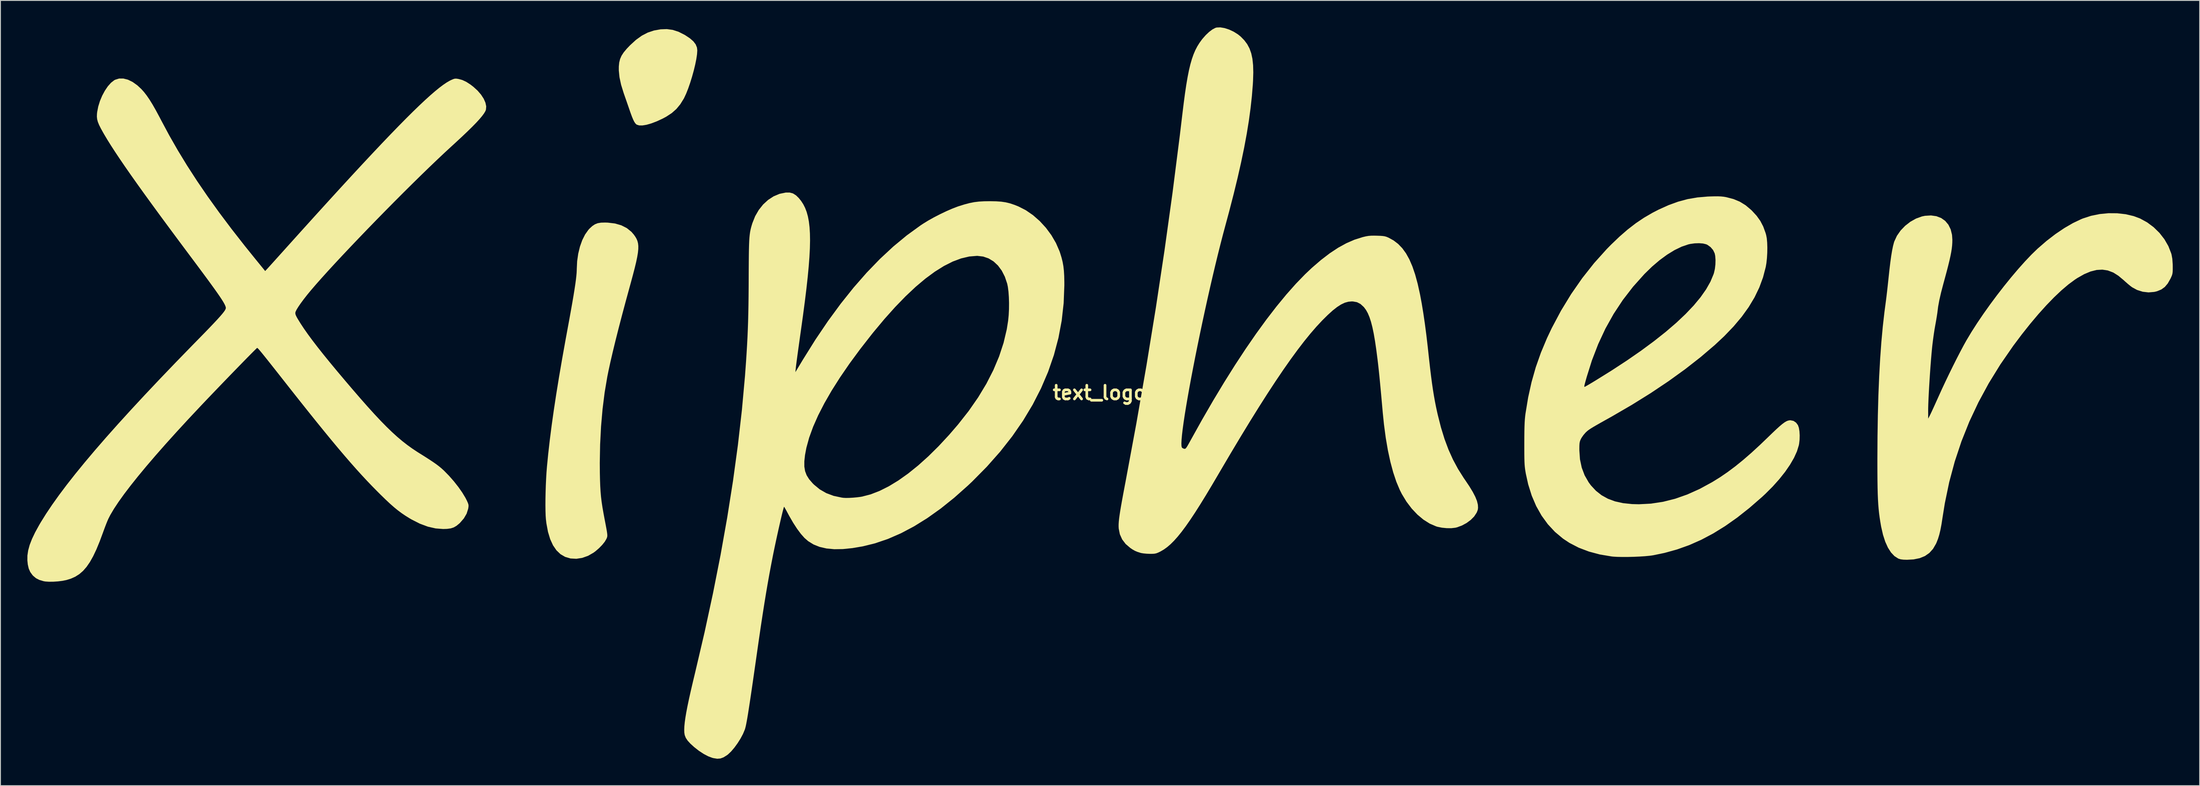
<source format=kicad_pcb>
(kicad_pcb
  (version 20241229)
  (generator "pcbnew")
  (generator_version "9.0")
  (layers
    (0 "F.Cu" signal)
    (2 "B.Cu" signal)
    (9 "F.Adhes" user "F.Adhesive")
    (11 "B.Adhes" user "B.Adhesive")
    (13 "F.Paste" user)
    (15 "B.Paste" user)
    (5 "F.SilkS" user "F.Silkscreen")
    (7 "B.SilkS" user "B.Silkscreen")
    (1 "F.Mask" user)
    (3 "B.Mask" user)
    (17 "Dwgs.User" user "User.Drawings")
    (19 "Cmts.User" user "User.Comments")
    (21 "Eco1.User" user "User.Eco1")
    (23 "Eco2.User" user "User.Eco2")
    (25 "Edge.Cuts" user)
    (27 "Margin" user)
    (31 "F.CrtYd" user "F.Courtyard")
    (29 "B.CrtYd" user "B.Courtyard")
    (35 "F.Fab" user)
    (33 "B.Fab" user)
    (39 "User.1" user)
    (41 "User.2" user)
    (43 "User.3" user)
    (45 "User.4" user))
  (footprint "text_logo"
    (layer "F.Cu")
    (at 119.461 40.717)
    (property "Reference" "text_logo" (at 0 0 0) (layer "F.SilkS") (effects (font (size 1.524 1.524) (thickness 0.3))))
    (attr board_only exclude_from_pos_files exclude_from_bom)
    (fp_poly (pts (xy -47.555 -40.436) (xy -46.905 -40.226) (xy -46.233 -39.887) (xy -46.155 -39.841) (xy -45.636 -39.496) (xy -45.252 -39.16) (xy -44.993 -38.821) (xy -44.851 -38.468) (xy -44.815 -38.15) (xy -44.844 -37.716) (xy -44.924 -37.178) (xy -45.049 -36.564) (xy -45.209 -35.902) (xy -45.398 -35.22) (xy -45.606 -34.547) (xy -45.827 -33.911) (xy -46.052 -33.341) (xy -46.273 -32.865) (xy -46.322 -32.772) (xy -46.712 -32.145) (xy -47.148 -31.619) (xy -47.659 -31.168) (xy -48.272 -30.766) (xy -48.683 -30.546) (xy -49.329 -30.247) (xy -49.926 -30.019) (xy -50.461 -29.865) (xy -50.922 -29.788) (xy -51.293 -29.791) (xy -51.562 -29.877) (xy -51.588 -29.894) (xy -51.706 -30.003) (xy -51.825 -30.174) (xy -51.952 -30.423) (xy -52.096 -30.769) (xy -52.265 -31.228) (xy -52.365 -31.516) (xy -52.523 -31.974) (xy -52.705 -32.499) (xy -52.887 -33.019) (xy -53.017 -33.392) (xy -53.303 -34.314) (xy -53.484 -35.152) (xy -53.561 -35.921) (xy -53.559 -36.358) (xy -53.516 -36.796) (xy -53.42 -37.186) (xy -53.259 -37.554) (xy -53.018 -37.926) (xy -52.682 -38.33) (xy -52.301 -38.728) (xy -51.647 -39.326) (xy -51 -39.791) (xy -50.339 -40.135) (xy -49.644 -40.368) (xy -48.9 -40.5) (xy -48.21 -40.525)) (stroke (width 0) (type solid)) (fill yes) (layer "F.SilkS"))
    (fp_poly (pts (xy -54.785 -18.958) (xy -53.99 -18.864) (xy -53.284 -18.66) (xy -52.671 -18.35) (xy -52.156 -17.935) (xy -51.887 -17.625) (xy -51.721 -17.39) (xy -51.586 -17.157) (xy -51.485 -16.915) (xy -51.418 -16.651) (xy -51.386 -16.353) (xy -51.39 -16.008) (xy -51.431 -15.604) (xy -51.51 -15.127) (xy -51.627 -14.567) (xy -51.785 -13.909) (xy -51.984 -13.142) (xy -52.224 -12.253) (xy -52.332 -11.861) (xy -52.79 -10.186) (xy -53.211 -8.61) (xy -53.594 -7.138) (xy -53.938 -5.776) (xy -54.24 -4.53) (xy -54.501 -3.406) (xy -54.717 -2.411) (xy -54.842 -1.788) (xy -55.137 -0.043) (xy -55.37 1.813) (xy -55.539 3.755) (xy -55.643 5.762) (xy -55.68 7.809) (xy -55.672 8.895) (xy -55.655 9.696) (xy -55.63 10.387) (xy -55.594 11.004) (xy -55.543 11.582) (xy -55.474 12.156) (xy -55.382 12.763) (xy -55.264 13.439) (xy -55.143 14.087) (xy -55.035 14.648) (xy -54.953 15.086) (xy -54.894 15.418) (xy -54.858 15.665) (xy -54.841 15.845) (xy -54.843 15.978) (xy -54.862 16.084) (xy -54.895 16.18) (xy -54.942 16.287) (xy -54.943 16.29) (xy -55.126 16.601) (xy -55.408 16.952) (xy -55.759 17.313) (xy -56.149 17.651) (xy -56.368 17.814) (xy -56.982 18.168) (xy -57.629 18.398) (xy -58.287 18.5) (xy -58.931 18.466) (xy -58.958 18.461) (xy -59.543 18.288) (xy -60.06 17.987) (xy -60.51 17.556) (xy -60.892 16.999) (xy -61.206 16.314) (xy -61.451 15.503) (xy -61.626 14.567) (xy -61.684 14.089) (xy -61.713 13.675) (xy -61.73 13.141) (xy -61.737 12.514) (xy -61.733 11.82) (xy -61.718 11.085) (xy -61.694 10.335) (xy -61.66 9.596) (xy -61.619 8.894) (xy -61.568 8.256) (xy -61.568 8.248) (xy -61.424 6.789) (xy -61.249 5.258) (xy -61.043 3.647) (xy -60.803 1.945) (xy -60.529 0.144) (xy -60.219 -1.765) (xy -59.871 -3.793) (xy -59.485 -5.947) (xy -59.31 -6.897) (xy -59.095 -8.061) (xy -58.909 -9.091) (xy -58.748 -9.997) (xy -58.613 -10.788) (xy -58.502 -11.474) (xy -58.412 -12.064) (xy -58.343 -12.567) (xy -58.294 -12.993) (xy -58.262 -13.352) (xy -58.247 -13.652) (xy -58.245 -13.79) (xy -58.203 -14.658) (xy -58.082 -15.498) (xy -57.89 -16.289) (xy -57.633 -17.009) (xy -57.316 -17.639) (xy -56.948 -18.158) (xy -56.806 -18.311) (xy -56.507 -18.583) (xy -56.218 -18.774) (xy -55.908 -18.895) (xy -55.541 -18.956) (xy -55.085 -18.968)) (stroke (width 0) (type solid)) (fill yes) (layer "F.SilkS"))
    (fp_poly (pts (xy 113.398 -20.002) (xy 114.342 -19.895) (xy 115.229 -19.687) (xy 115.945 -19.419) (xy 116.736 -18.987) (xy 117.463 -18.445) (xy 118.11 -17.812) (xy 118.661 -17.104) (xy 119.101 -16.339) (xy 119.415 -15.537) (xy 119.454 -15.401) (xy 119.54 -14.928) (xy 119.583 -14.322) (xy 119.587 -14.087) (xy 119.587 -13.72) (xy 119.577 -13.458) (xy 119.55 -13.257) (xy 119.497 -13.076) (xy 119.41 -12.873) (xy 119.328 -12.7) (xy 119.033 -12.18) (xy 118.701 -11.788) (xy 118.308 -11.504) (xy 117.834 -11.312) (xy 117.525 -11.237) (xy 116.887 -11.183) (xy 116.236 -11.258) (xy 115.608 -11.457) (xy 115.057 -11.758) (xy 114.855 -11.91) (xy 114.588 -12.13) (xy 114.295 -12.385) (xy 114.093 -12.569) (xy 113.529 -13.039) (xy 112.997 -13.376) (xy 112.936 -13.407) (xy 112.351 -13.628) (xy 111.742 -13.72) (xy 111.105 -13.683) (xy 110.432 -13.515) (xy 109.717 -13.215) (xy 108.954 -12.782) (xy 108.69 -12.609) (xy 107.965 -12.074) (xy 107.188 -11.414) (xy 106.366 -10.637) (xy 105.507 -9.75) (xy 104.618 -8.763) (xy 103.707 -7.682) (xy 102.78 -6.516) (xy 101.847 -5.274) (xy 101.807 -5.219) (xy 100.375 -3.148) (xy 99.085 -1.056) (xy 97.936 1.063) (xy 96.923 3.217) (xy 96.046 5.412) (xy 95.3 7.654) (xy 94.683 9.951) (xy 94.193 12.307) (xy 93.936 13.904) (xy 93.821 14.653) (xy 93.702 15.281) (xy 93.575 15.813) (xy 93.433 16.275) (xy 93.269 16.692) (xy 93.21 16.824) (xy 92.88 17.391) (xy 92.472 17.846) (xy 91.98 18.191) (xy 91.396 18.431) (xy 90.713 18.57) (xy 89.973 18.61) (xy 89.574 18.598) (xy 89.279 18.561) (xy 89.046 18.492) (xy 88.997 18.471) (xy 88.578 18.202) (xy 88.196 17.798) (xy 87.854 17.264) (xy 87.555 16.605) (xy 87.303 15.827) (xy 87.1 14.937) (xy 87.082 14.84) (xy 86.999 14.354) (xy 86.927 13.888) (xy 86.866 13.424) (xy 86.816 12.949) (xy 86.775 12.445) (xy 86.742 11.898) (xy 86.717 11.292) (xy 86.699 10.611) (xy 86.687 9.839) (xy 86.68 8.961) (xy 86.677 7.961) (xy 86.677 7.372) (xy 86.691 4.869) (xy 86.729 2.505) (xy 86.79 0.276) (xy 86.876 -1.822) (xy 86.986 -3.795) (xy 87.12 -5.647) (xy 87.28 -7.383) (xy 87.465 -9.007) (xy 87.589 -9.938) (xy 87.638 -10.306) (xy 87.697 -10.784) (xy 87.762 -11.333) (xy 87.827 -11.918) (xy 87.89 -12.501) (xy 87.916 -12.748) (xy 88.021 -13.722) (xy 88.122 -14.559) (xy 88.221 -15.27) (xy 88.32 -15.863) (xy 88.419 -16.347) (xy 88.52 -16.733) (xy 88.565 -16.87) (xy 88.854 -17.493) (xy 89.263 -18.078) (xy 89.77 -18.605) (xy 90.35 -19.056) (xy 90.98 -19.41) (xy 91.637 -19.648) (xy 91.98 -19.719) (xy 92.651 -19.76) (xy 93.255 -19.675) (xy 93.785 -19.47) (xy 94.232 -19.153) (xy 94.587 -18.73) (xy 94.844 -18.208) (xy 94.994 -17.596) (xy 95.031 -17.053) (xy 95.025 -16.731) (xy 95.004 -16.406) (xy 94.965 -16.06) (xy 94.905 -15.679) (xy 94.821 -15.247) (xy 94.71 -14.748) (xy 94.568 -14.166) (xy 94.392 -13.486) (xy 94.178 -12.692) (xy 94.021 -12.116) (xy 93.768 -11.149) (xy 93.576 -10.309) (xy 93.446 -9.598) (xy 93.39 -9.16) (xy 93.358 -8.903) (xy 93.303 -8.543) (xy 93.234 -8.123) (xy 93.156 -7.683) (xy 93.126 -7.522) (xy 93.045 -7.061) (xy 92.96 -6.506) (xy 92.878 -5.911) (xy 92.806 -5.328) (xy 92.767 -4.968) (xy 92.712 -4.38) (xy 92.655 -3.712) (xy 92.598 -2.987) (xy 92.544 -2.228) (xy 92.493 -1.459) (xy 92.446 -0.704) (xy 92.406 0.016) (xy 92.373 0.675) (xy 92.349 1.252) (xy 92.336 1.723) (xy 92.334 1.971) (xy 92.337 2.883) (xy 92.527 2.518) (xy 92.609 2.352) (xy 92.739 2.074) (xy 92.908 1.709) (xy 93.105 1.277) (xy 93.319 0.803) (xy 93.5 0.401) (xy 93.866 -0.406) (xy 94.264 -1.255) (xy 94.679 -2.12) (xy 95.1 -2.978) (xy 95.514 -3.802) (xy 95.909 -4.567) (xy 96.272 -5.25) (xy 96.591 -5.824) (xy 96.604 -5.846) (xy 97.165 -6.783) (xy 97.8 -7.773) (xy 98.494 -8.796) (xy 99.233 -9.835) (xy 100.004 -10.872) (xy 100.793 -11.888) (xy 101.585 -12.867) (xy 102.367 -13.789) (xy 103.124 -14.637) (xy 103.842 -15.393) (xy 104.508 -16.038) (xy 104.544 -16.072) (xy 105.526 -16.921) (xy 106.518 -17.684) (xy 107.504 -18.35) (xy 108.465 -18.907) (xy 109.387 -19.346) (xy 109.569 -19.42) (xy 110.482 -19.717) (xy 111.442 -19.913) (xy 112.423 -20.008)) (stroke (width 0) (type solid)) (fill yes) (layer "F.SilkS"))
    (fp_poly (pts (xy 69.232 -21.877) (xy 69.515 -21.849) (xy 69.791 -21.804) (xy 69.851 -21.792) (xy 70.652 -21.582) (xy 71.357 -21.287) (xy 71.999 -20.891) (xy 72.612 -20.374) (xy 72.697 -20.291) (xy 73.223 -19.72) (xy 73.635 -19.145) (xy 73.957 -18.525) (xy 74.215 -17.817) (xy 74.283 -17.581) (xy 74.354 -17.211) (xy 74.397 -16.732) (xy 74.415 -16.181) (xy 74.406 -15.594) (xy 74.371 -15.006) (xy 74.312 -14.453) (xy 74.237 -14.014) (xy 73.936 -12.862) (xy 73.522 -11.738) (xy 72.992 -10.636) (xy 72.339 -9.548) (xy 71.561 -8.467) (xy 70.651 -7.387) (xy 69.606 -6.299) (xy 68.561 -5.322) (xy 66.979 -3.973) (xy 65.258 -2.627) (xy 63.403 -1.289) (xy 61.422 0.037) (xy 59.319 1.346) (xy 57.103 2.635) (xy 56.858 2.772) (xy 56.246 3.114) (xy 55.746 3.395) (xy 55.346 3.623) (xy 55.031 3.807) (xy 54.786 3.956) (xy 54.597 4.08) (xy 54.449 4.186) (xy 54.329 4.284) (xy 54.221 4.383) (xy 54.156 4.447) (xy 53.94 4.695) (xy 53.741 4.976) (xy 53.643 5.146) (xy 53.567 5.314) (xy 53.517 5.473) (xy 53.486 5.66) (xy 53.472 5.908) (xy 53.468 6.254) (xy 53.469 6.423) (xy 53.538 7.419) (xy 53.735 8.346) (xy 54.058 9.201) (xy 54.508 9.985) (xy 54.763 10.328) (xy 55.319 10.926) (xy 55.945 11.419) (xy 56.65 11.81) (xy 57.442 12.102) (xy 58.329 12.299) (xy 59.319 12.404) (xy 60.106 12.424) (xy 61.457 12.353) (xy 62.803 12.148) (xy 64.15 11.809) (xy 65.507 11.331) (xy 66.878 10.715) (xy 68.27 9.957) (xy 68.3 9.939) (xy 69.15 9.412) (xy 69.993 8.835) (xy 70.845 8.198) (xy 71.722 7.487) (xy 72.639 6.691) (xy 73.611 5.797) (xy 74.446 4.996) (xy 74.972 4.487) (xy 75.409 4.073) (xy 75.769 3.746) (xy 76.066 3.496) (xy 76.311 3.313) (xy 76.517 3.188) (xy 76.697 3.111) (xy 76.863 3.074) (xy 76.996 3.066) (xy 77.33 3.135) (xy 77.62 3.332) (xy 77.827 3.613) (xy 77.928 3.903) (xy 77.993 4.296) (xy 78.02 4.75) (xy 78.008 5.228) (xy 77.955 5.688) (xy 77.921 5.86) (xy 77.715 6.529) (xy 77.387 7.252) (xy 76.944 8.016) (xy 76.396 8.812) (xy 75.749 9.626) (xy 75.014 10.448) (xy 74.197 11.265) (xy 73.809 11.625) (xy 72.419 12.833) (xy 71.06 13.907) (xy 69.72 14.852) (xy 68.391 15.674) (xy 67.06 16.379) (xy 65.718 16.973) (xy 64.354 17.46) (xy 62.957 17.847) (xy 61.694 18.109) (xy 61.282 18.166) (xy 60.761 18.215) (xy 60.166 18.253) (xy 59.53 18.28) (xy 58.887 18.296) (xy 58.271 18.298) (xy 57.716 18.287) (xy 57.256 18.261) (xy 57.077 18.243) (xy 55.754 18.021) (xy 54.526 17.694) (xy 53.395 17.263) (xy 52.364 16.729) (xy 51.646 16.253) (xy 50.754 15.507) (xy 49.958 14.652) (xy 49.259 13.692) (xy 48.66 12.629) (xy 48.162 11.466) (xy 47.767 10.206) (xy 47.504 9.014) (xy 47.457 8.74) (xy 47.419 8.49) (xy 47.39 8.243) (xy 47.368 7.976) (xy 47.353 7.669) (xy 47.343 7.3) (xy 47.337 6.849) (xy 47.335 6.292) (xy 47.335 5.657) (xy 47.338 4.908) (xy 47.344 4.285) (xy 47.356 3.766) (xy 47.373 3.33) (xy 47.397 2.956) (xy 47.429 2.623) (xy 47.465 2.336) (xy 47.763 0.526) (xy 48.043 -0.742) (xy 54.022 -0.742) (xy 54.023 -0.68) (xy 54.043 -0.659) (xy 54.058 -0.657) (xy 54.133 -0.693) (xy 54.311 -0.793) (xy 54.572 -0.945) (xy 54.895 -1.137) (xy 55.208 -1.326) (xy 57.052 -2.472) (xy 58.764 -3.592) (xy 60.343 -4.685) (xy 61.787 -5.751) (xy 63.097 -6.789) (xy 64.272 -7.798) (xy 65.309 -8.778) (xy 66.21 -9.726) (xy 66.972 -10.644) (xy 67.594 -11.53) (xy 68.077 -12.383) (xy 68.419 -13.202) (xy 68.47 -13.36) (xy 68.57 -13.799) (xy 68.628 -14.294) (xy 68.641 -14.792) (xy 68.608 -15.244) (xy 68.549 -15.532) (xy 68.372 -15.901) (xy 68.09 -16.231) (xy 67.743 -16.481) (xy 67.601 -16.546) (xy 67.252 -16.632) (xy 66.811 -16.666) (xy 66.325 -16.651) (xy 65.838 -16.584) (xy 65.617 -16.535) (xy 64.864 -16.279) (xy 64.072 -15.896) (xy 63.25 -15.392) (xy 62.412 -14.777) (xy 61.569 -14.059) (xy 60.734 -13.245) (xy 60.708 -13.218) (xy 59.45 -11.812) (xy 58.311 -10.336) (xy 57.287 -8.784) (xy 56.374 -7.149) (xy 55.569 -5.423) (xy 54.867 -3.602) (xy 54.299 -1.796) (xy 54.179 -1.372) (xy 54.096 -1.068) (xy 54.045 -0.865) (xy 54.022 -0.742) (xy 48.043 -0.742) (xy 48.142 -1.188) (xy 48.611 -2.84) (xy 49.182 -4.462) (xy 49.863 -6.087) (xy 50.39 -7.2) (xy 51.42 -9.138) (xy 52.556 -10.999) (xy 53.789 -12.772) (xy 55.11 -14.444) (xy 56.512 -16.004) (xy 56.997 -16.497) (xy 57.946 -17.405) (xy 58.859 -18.197) (xy 59.76 -18.892) (xy 60.673 -19.506) (xy 61.62 -20.057) (xy 62.296 -20.405) (xy 63.41 -20.908) (xy 64.48 -21.297) (xy 65.538 -21.58) (xy 66.618 -21.766) (xy 67.753 -21.864) (xy 67.99 -21.874) (xy 68.504 -21.888) (xy 68.906 -21.89)) (stroke (width 0) (type solid)) (fill yes) (layer "F.SilkS"))
    (fp_poly (pts (xy 13.939 -40.637) (xy 14.447 -40.472) (xy 14.954 -40.234) (xy 15.428 -39.937) (xy 15.739 -39.685) (xy 16.135 -39.279) (xy 16.46 -38.844) (xy 16.717 -38.363) (xy 16.909 -37.823) (xy 17.041 -37.208) (xy 17.116 -36.504) (xy 17.137 -35.697) (xy 17.11 -34.77) (xy 17.087 -34.378) (xy 16.982 -33.067) (xy 16.834 -31.716) (xy 16.643 -30.312) (xy 16.405 -28.846) (xy 16.119 -27.306) (xy 15.782 -25.683) (xy 15.393 -23.966) (xy 14.95 -22.145) (xy 14.45 -20.208) (xy 14.05 -18.722) (xy 13.768 -17.671) (xy 13.481 -16.56) (xy 13.19 -15.399) (xy 12.897 -14.194) (xy 12.604 -12.955) (xy 12.312 -11.691) (xy 12.022 -10.408) (xy 11.738 -9.117) (xy 11.459 -7.824) (xy 11.188 -6.539) (xy 10.927 -5.27) (xy 10.676 -4.026) (xy 10.439 -2.814) (xy 10.215 -1.644) (xy 10.008 -0.523) (xy 9.819 0.54) (xy 9.649 1.536) (xy 9.499 2.458) (xy 9.373 3.296) (xy 9.271 4.043) (xy 9.194 4.689) (xy 9.145 5.228) (xy 9.126 5.649) (xy 9.137 5.945) (xy 9.18 6.107) (xy 9.287 6.188) (xy 9.423 6.24) (xy 9.497 6.251) (xy 9.564 6.232) (xy 9.639 6.165) (xy 9.734 6.034) (xy 9.863 5.82) (xy 10.039 5.506) (xy 10.184 5.242) (xy 11.429 3.007) (xy 12.665 0.872) (xy 13.888 -1.158) (xy 15.096 -3.081) (xy 16.287 -4.893) (xy 17.457 -6.589) (xy 18.604 -8.166) (xy 19.726 -9.62) (xy 20.819 -10.947) (xy 21.881 -12.144) (xy 22.91 -13.207) (xy 23.66 -13.916) (xy 24.678 -14.793) (xy 25.653 -15.54) (xy 26.594 -16.162) (xy 27.51 -16.665) (xy 28.411 -17.056) (xy 29.307 -17.339) (xy 29.319 -17.343) (xy 29.671 -17.427) (xy 29.97 -17.479) (xy 30.271 -17.504) (xy 30.628 -17.508) (xy 30.911 -17.502) (xy 31.304 -17.488) (xy 31.592 -17.465) (xy 31.812 -17.428) (xy 32.005 -17.369) (xy 32.209 -17.281) (xy 32.214 -17.279) (xy 32.775 -16.969) (xy 33.282 -16.58) (xy 33.74 -16.105) (xy 34.153 -15.536) (xy 34.527 -14.863) (xy 34.865 -14.079) (xy 35.173 -13.175) (xy 35.454 -12.143) (xy 35.713 -10.974) (xy 35.723 -10.926) (xy 35.905 -9.951) (xy 36.085 -8.857) (xy 36.259 -7.669) (xy 36.423 -6.415) (xy 36.574 -5.121) (xy 36.603 -4.854) (xy 36.725 -3.731) (xy 36.838 -2.735) (xy 36.946 -1.849) (xy 37.051 -1.055) (xy 37.156 -0.334) (xy 37.264 0.331) (xy 37.376 0.959) (xy 37.496 1.567) (xy 37.627 2.173) (xy 37.692 2.456) (xy 38.049 3.865) (xy 38.445 5.152) (xy 38.888 6.338) (xy 39.386 7.443) (xy 39.949 8.489) (xy 40.585 9.497) (xy 40.73 9.707) (xy 41.212 10.423) (xy 41.591 11.048) (xy 41.872 11.588) (xy 42.059 12.053) (xy 42.156 12.449) (xy 42.166 12.537) (xy 42.181 12.823) (xy 42.151 13.043) (xy 42.064 13.277) (xy 42.01 13.389) (xy 41.745 13.79) (xy 41.365 14.172) (xy 40.901 14.514) (xy 40.382 14.795) (xy 39.841 14.994) (xy 39.652 15.04) (xy 39.212 15.091) (xy 38.697 15.089) (xy 38.165 15.037) (xy 37.676 14.939) (xy 37.512 14.89) (xy 36.795 14.58) (xy 36.093 14.136) (xy 35.419 13.572) (xy 34.785 12.9) (xy 34.205 12.134) (xy 33.69 11.285) (xy 33.459 10.827) (xy 33.077 9.919) (xy 32.729 8.877) (xy 32.415 7.71) (xy 32.137 6.425) (xy 31.898 5.031) (xy 31.699 3.536) (xy 31.568 2.263) (xy 31.48 1.283) (xy 31.404 0.432) (xy 31.336 -0.305) (xy 31.276 -0.946) (xy 31.222 -1.505) (xy 31.173 -2) (xy 31.126 -2.446) (xy 31.081 -2.86) (xy 31.036 -3.258) (xy 30.989 -3.655) (xy 30.98 -3.722) (xy 30.84 -4.811) (xy 30.7 -5.764) (xy 30.557 -6.592) (xy 30.408 -7.306) (xy 30.25 -7.915) (xy 30.081 -8.43) (xy 29.898 -8.863) (xy 29.699 -9.222) (xy 29.48 -9.519) (xy 29.435 -9.569) (xy 29.079 -9.894) (xy 28.699 -10.09) (xy 28.26 -10.172) (xy 28.101 -10.178) (xy 27.718 -10.143) (xy 27.328 -10.033) (xy 26.916 -9.838) (xy 26.473 -9.552) (xy 25.985 -9.168) (xy 25.441 -8.676) (xy 24.83 -8.071) (xy 24.808 -8.048) (xy 24.175 -7.37) (xy 23.51 -6.602) (xy 22.811 -5.742) (xy 22.077 -4.785) (xy 21.304 -3.729) (xy 20.491 -2.57) (xy 19.634 -1.304) (xy 18.731 0.073) (xy 17.78 1.564) (xy 16.779 3.172) (xy 15.724 4.903) (xy 14.614 6.758) (xy 13.445 8.742) (xy 13.286 9.014) (xy 12.541 10.28) (xy 11.856 11.422) (xy 11.225 12.446) (xy 10.644 13.359) (xy 10.107 14.168) (xy 9.61 14.879) (xy 9.148 15.498) (xy 8.715 16.033) (xy 8.307 16.49) (xy 7.919 16.876) (xy 7.545 17.197) (xy 7.182 17.459) (xy 6.823 17.671) (xy 6.76 17.703) (xy 6.505 17.825) (xy 6.303 17.899) (xy 6.098 17.937) (xy 5.839 17.949) (xy 5.592 17.949) (xy 5.248 17.935) (xy 4.917 17.904) (xy 4.656 17.862) (xy 4.598 17.848) (xy 4.235 17.734) (xy 3.949 17.614) (xy 3.672 17.456) (xy 3.43 17.292) (xy 2.914 16.851) (xy 2.526 16.342) (xy 2.269 15.77) (xy 2.143 15.137) (xy 2.14 15.09) (xy 2.13 14.879) (xy 2.133 14.643) (xy 2.15 14.37) (xy 2.183 14.047) (xy 2.234 13.661) (xy 2.304 13.201) (xy 2.396 12.652) (xy 2.511 12.003) (xy 2.651 11.241) (xy 2.818 10.354) (xy 2.887 9.996) (xy 4.106 3.425) (xy 5.236 -3.06) (xy 6.282 -9.486) (xy 7.247 -15.881) (xy 8.136 -22.271) (xy 8.952 -28.683) (xy 9.231 -31.02) (xy 9.381 -32.248) (xy 9.526 -33.341) (xy 9.67 -34.311) (xy 9.816 -35.169) (xy 9.966 -35.926) (xy 10.125 -36.594) (xy 10.295 -37.184) (xy 10.478 -37.708) (xy 10.678 -38.176) (xy 10.899 -38.6) (xy 11.142 -38.991) (xy 11.411 -39.361) (xy 11.482 -39.45) (xy 11.846 -39.863) (xy 12.219 -40.213) (xy 12.577 -40.483) (xy 12.899 -40.654) (xy 13.053 -40.701) (xy 13.464 -40.717)) (stroke (width 0) (type solid)) (fill yes) (layer "F.SilkS"))
    (fp_poly (pts (xy -34.154 -22.212) (xy -33.811 -21.996) (xy -33.506 -21.698) (xy -33.238 -21.365) (xy -33.003 -21.001) (xy -32.8 -20.598) (xy -32.629 -20.149) (xy -32.49 -19.646) (xy -32.383 -19.084) (xy -32.308 -18.454) (xy -32.264 -17.751) (xy -32.251 -16.967) (xy -32.27 -16.095) (xy -32.321 -15.128) (xy -32.402 -14.06) (xy -32.514 -12.883) (xy -32.657 -11.59) (xy -32.831 -10.174) (xy -33.035 -8.629) (xy -33.243 -7.134) (xy -33.349 -6.387) (xy -33.449 -5.668) (xy -33.543 -4.994) (xy -33.628 -4.381) (xy -33.701 -3.844) (xy -33.76 -3.399) (xy -33.804 -3.062) (xy -33.83 -2.849) (xy -33.834 -2.81) (xy -33.884 -2.299) (xy -33.027 -3.722) (xy -31.651 -5.922) (xy -30.253 -7.989) (xy -28.834 -9.923) (xy -27.396 -11.722) (xy -25.94 -13.384) (xy -24.468 -14.907) (xy -22.981 -16.29) (xy -21.48 -17.531) (xy -19.968 -18.629) (xy -19.652 -18.839) (xy -19.089 -19.186) (xy -18.446 -19.546) (xy -17.76 -19.899) (xy -17.069 -20.229) (xy -16.411 -20.516) (xy -15.823 -20.742) (xy -15.663 -20.796) (xy -15.019 -20.996) (xy -14.462 -21.142) (xy -13.945 -21.243) (xy -13.422 -21.306) (xy -12.846 -21.338) (xy -12.189 -21.346) (xy -11.516 -21.334) (xy -10.948 -21.295) (xy -10.444 -21.22) (xy -9.965 -21.104) (xy -9.47 -20.937) (xy -9.037 -20.764) (xy -8.207 -20.34) (xy -7.407 -19.789) (xy -6.655 -19.13) (xy -5.967 -18.381) (xy -5.361 -17.561) (xy -4.852 -16.687) (xy -4.457 -15.78) (xy -4.388 -15.581) (xy -4.231 -15.072) (xy -4.111 -14.592) (xy -4.024 -14.111) (xy -3.966 -13.596) (xy -3.931 -13.014) (xy -3.917 -12.335) (xy -3.916 -11.97) (xy -3.992 -9.991) (xy -4.211 -8.037) (xy -4.574 -6.11) (xy -5.078 -4.209) (xy -5.725 -2.337) (xy -6.513 -0.494) (xy -7.441 1.319) (xy -8.51 3.1) (xy -9.719 4.848) (xy -11.067 6.563) (xy -12.554 8.242) (xy -14.179 9.886) (xy -14.669 10.349) (xy -16.188 11.699) (xy -17.693 12.905) (xy -19.183 13.966) (xy -20.66 14.884) (xy -22.125 15.659) (xy -23.578 16.291) (xy -25.021 16.781) (xy -26.36 17.111) (xy -27.532 17.311) (xy -28.595 17.419) (xy -29.555 17.433) (xy -30.416 17.352) (xy -31.184 17.177) (xy -31.862 16.906) (xy -32.457 16.539) (xy -32.874 16.177) (xy -33.269 15.732) (xy -33.691 15.166) (xy -34.126 14.497) (xy -34.562 13.744) (xy -34.674 13.538) (xy -34.841 13.226) (xy -34.984 12.966) (xy -35.089 12.784) (xy -35.141 12.702) (xy -35.144 12.7) (xy -35.174 12.769) (xy -35.23 12.964) (xy -35.309 13.268) (xy -35.407 13.666) (xy -35.519 14.141) (xy -35.642 14.676) (xy -35.773 15.254) (xy -35.907 15.86) (xy -36.041 16.476) (xy -36.171 17.086) (xy -36.293 17.673) (xy -36.387 18.138) (xy -36.586 19.161) (xy -36.779 20.189) (xy -36.967 21.241) (xy -37.154 22.333) (xy -37.342 23.485) (xy -37.535 24.713) (xy -37.736 26.035) (xy -37.947 27.47) (xy -38.132 28.757) (xy -38.318 30.061) (xy -38.486 31.227) (xy -38.635 32.265) (xy -38.769 33.182) (xy -38.888 33.987) (xy -38.994 34.686) (xy -39.087 35.289) (xy -39.168 35.803) (xy -39.24 36.236) (xy -39.304 36.596) (xy -39.36 36.891) (xy -39.41 37.129) (xy -39.456 37.318) (xy -39.497 37.466) (xy -39.519 37.532) (xy -39.722 38.018) (xy -39.998 38.535) (xy -40.325 39.054) (xy -40.679 39.541) (xy -41.04 39.966) (xy -41.386 40.295) (xy -41.506 40.387) (xy -41.89 40.626) (xy -42.237 40.754) (xy -42.595 40.781) (xy -43.011 40.715) (xy -43.136 40.684) (xy -43.594 40.514) (xy -44.108 40.243) (xy -44.648 39.888) (xy -45.165 39.482) (xy -45.587 39.099) (xy -45.893 38.763) (xy -46.099 38.452) (xy -46.218 38.144) (xy -46.261 37.87) (xy -46.271 37.547) (xy -46.256 37.169) (xy -46.213 36.728) (xy -46.142 36.212) (xy -46.041 35.613) (xy -45.908 34.92) (xy -45.741 34.125) (xy -45.538 33.218) (xy -45.298 32.19) (xy -45.044 31.13) (xy -44.005 26.693) (xy -43.065 22.34) (xy -42.222 18.074) (xy -41.479 13.896) (xy -40.834 9.811) (xy -40.537 7.635) (xy -32.888 7.635) (xy -32.888 8.222) (xy -32.804 8.734) (xy -32.629 9.196) (xy -32.354 9.635) (xy -31.971 10.078) (xy -31.816 10.234) (xy -31.169 10.767) (xy -30.442 11.185) (xy -29.628 11.489) (xy -28.724 11.681) (xy -28.539 11.706) (xy -28.256 11.721) (xy -27.876 11.714) (xy -27.443 11.689) (xy -27.005 11.649) (xy -26.608 11.597) (xy -26.458 11.571) (xy -25.503 11.323) (xy -24.508 10.939) (xy -23.477 10.423) (xy -22.414 9.776) (xy -21.323 9.002) (xy -20.209 8.105) (xy -19.075 7.087) (xy -17.926 5.952) (xy -16.765 4.702) (xy -15.761 3.537) (xy -14.574 2.029) (xy -13.521 0.514) (xy -12.604 -1.006) (xy -11.826 -2.528) (xy -11.186 -4.047) (xy -10.688 -5.562) (xy -10.332 -7.067) (xy -10.178 -8.04) (xy -10.118 -8.655) (xy -10.085 -9.319) (xy -10.079 -10) (xy -10.099 -10.663) (xy -10.143 -11.277) (xy -10.211 -11.806) (xy -10.283 -12.153) (xy -10.545 -12.93) (xy -10.89 -13.606) (xy -11.311 -14.176) (xy -11.8 -14.633) (xy -12.351 -14.969) (xy -12.956 -15.179) (xy -13.608 -15.254) (xy -13.64 -15.255) (xy -14.508 -15.184) (xy -15.412 -14.973) (xy -16.353 -14.621) (xy -17.33 -14.129) (xy -18.344 -13.495) (xy -19.395 -12.721) (xy -20.482 -11.806) (xy -21.606 -10.749) (xy -22.767 -9.552) (xy -23.965 -8.214) (xy -25.2 -6.734) (xy -25.362 -6.532) (xy -26.666 -4.862) (xy -27.849 -3.256) (xy -28.908 -1.713) (xy -29.845 -0.237) (xy -30.657 1.174) (xy -31.346 2.517) (xy -31.91 3.792) (xy -32.348 4.997) (xy -32.66 6.131) (xy -32.813 6.944) (xy -32.888 7.635) (xy -40.537 7.635) (xy -40.29 5.821) (xy -39.845 1.93) (xy -39.501 -1.861) (xy -39.381 -3.503) (xy -39.319 -4.463) (xy -39.266 -5.362) (xy -39.221 -6.223) (xy -39.185 -7.07) (xy -39.155 -7.926) (xy -39.132 -8.816) (xy -39.114 -9.764) (xy -39.101 -10.792) (xy -39.092 -11.925) (xy -39.088 -12.846) (xy -39.084 -13.812) (xy -39.078 -14.645) (xy -39.071 -15.359) (xy -39.061 -15.967) (xy -39.047 -16.482) (xy -39.029 -16.918) (xy -39.005 -17.287) (xy -38.974 -17.603) (xy -38.936 -17.879) (xy -38.89 -18.129) (xy -38.834 -18.366) (xy -38.769 -18.602) (xy -38.692 -18.853) (xy -38.676 -18.904) (xy -38.368 -19.676) (xy -37.965 -20.372) (xy -37.48 -20.981) (xy -36.924 -21.49) (xy -36.311 -21.889) (xy -35.652 -22.166) (xy -34.961 -22.31) (xy -34.527 -22.312)) (stroke (width 0) (type solid)) (fill yes) (layer "F.SilkS"))
    (fp_poly (pts (xy -108.254 -34.887) (xy -107.733 -34.632) (xy -107.206 -34.255) (xy -106.772 -33.853) (xy -106.47 -33.517) (xy -106.165 -33.125) (xy -105.848 -32.663) (xy -105.509 -32.115) (xy -105.14 -31.467) (xy -104.729 -30.703) (xy -104.559 -30.376) (xy -103.657 -28.691) (xy -102.695 -27.009) (xy -101.665 -25.32) (xy -100.559 -23.611) (xy -99.37 -21.872) (xy -98.09 -20.09) (xy -96.712 -18.256) (xy -95.227 -16.357) (xy -94.055 -14.903) (xy -92.964 -13.566) (xy -92.804 -13.735) (xy -92.721 -13.825) (xy -92.552 -14.011) (xy -92.308 -14.281) (xy -92 -14.622) (xy -91.64 -15.022) (xy -91.238 -15.469) (xy -90.805 -15.949) (xy -90.61 -16.167) (xy -88.976 -17.981) (xy -87.434 -19.687) (xy -85.981 -21.286) (xy -84.615 -22.782) (xy -83.333 -24.177) (xy -82.132 -25.473) (xy -81.009 -26.674) (xy -79.964 -27.781) (xy -78.991 -28.798) (xy -78.09 -29.727) (xy -77.258 -30.571) (xy -76.491 -31.332) (xy -75.788 -32.013) (xy -75.145 -32.617) (xy -74.561 -33.146) (xy -74.032 -33.602) (xy -73.557 -33.99) (xy -73.132 -34.31) (xy -72.755 -34.566) (xy -72.423 -34.76) (xy -72.282 -34.831) (xy -72.028 -34.944) (xy -71.844 -34.999) (xy -71.671 -35.005) (xy -71.448 -34.973) (xy -71.428 -34.969) (xy -70.995 -34.851) (xy -70.561 -34.649) (xy -70.095 -34.348) (xy -69.766 -34.095) (xy -69.296 -33.668) (xy -68.91 -33.22) (xy -68.615 -32.768) (xy -68.421 -32.327) (xy -68.334 -31.915) (xy -68.364 -31.548) (xy -68.428 -31.379) (xy -68.576 -31.131) (xy -68.79 -30.84) (xy -69.075 -30.5) (xy -69.439 -30.103) (xy -69.887 -29.644) (xy -70.426 -29.116) (xy -71.062 -28.512) (xy -71.802 -27.826) (xy -72.221 -27.443) (xy -72.989 -26.734) (xy -73.818 -25.953) (xy -74.7 -25.109) (xy -75.625 -24.212) (xy -76.584 -23.27) (xy -77.567 -22.295) (xy -78.565 -21.295) (xy -79.568 -20.28) (xy -80.568 -19.26) (xy -81.555 -18.244) (xy -82.519 -17.242) (xy -83.451 -16.264) (xy -84.343 -15.319) (xy -85.184 -14.417) (xy -85.965 -13.568) (xy -86.676 -12.781) (xy -87.31 -12.065) (xy -87.855 -11.431) (xy -88.284 -10.912) (xy -88.666 -10.423) (xy -88.997 -9.975) (xy -89.266 -9.584) (xy -89.463 -9.264) (xy -89.576 -9.031) (xy -89.596 -8.968) (xy -89.604 -8.828) (xy -89.562 -8.664) (xy -89.455 -8.441) (xy -89.333 -8.226) (xy -89.01 -7.702) (xy -88.633 -7.132) (xy -88.196 -6.51) (xy -87.693 -5.83) (xy -87.12 -5.083) (xy -86.471 -4.264) (xy -85.741 -3.366) (xy -84.924 -2.381) (xy -84.016 -1.304) (xy -83.25 -0.406) (xy -82.354 0.632) (xy -81.533 1.562) (xy -80.78 2.393) (xy -80.084 3.135) (xy -79.435 3.796) (xy -78.824 4.387) (xy -78.241 4.916) (xy -77.676 5.393) (xy -77.119 5.827) (xy -76.561 6.228) (xy -75.992 6.605) (xy -75.813 6.717) (xy -75.19 7.107) (xy -74.675 7.437) (xy -74.251 7.719) (xy -73.898 7.966) (xy -73.601 8.191) (xy -73.339 8.407) (xy -73.097 8.625) (xy -73.019 8.699) (xy -72.467 9.263) (xy -71.932 9.874) (xy -71.436 10.503) (xy -71.002 11.122) (xy -70.652 11.701) (xy -70.496 12.006) (xy -70.379 12.267) (xy -70.317 12.452) (xy -70.302 12.616) (xy -70.325 12.814) (xy -70.347 12.939) (xy -70.518 13.475) (xy -70.824 14) (xy -71.255 14.496) (xy -71.323 14.56) (xy -71.64 14.823) (xy -71.951 15.004) (xy -72.295 15.115) (xy -72.711 15.169) (xy -73.136 15.182) (xy -73.978 15.117) (xy -74.84 14.92) (xy -75.728 14.589) (xy -76.65 14.121) (xy -76.893 13.979) (xy -77.342 13.7) (xy -77.764 13.413) (xy -78.178 13.105) (xy -78.602 12.759) (xy -79.056 12.359) (xy -79.558 11.889) (xy -80.126 11.336) (xy -80.507 10.955) (xy -81.071 10.382) (xy -81.642 9.785) (xy -82.226 9.157) (xy -82.83 8.49) (xy -83.46 7.777) (xy -84.123 7.01) (xy -84.826 6.182) (xy -85.574 5.285) (xy -86.373 4.311) (xy -87.232 3.253) (xy -88.155 2.104) (xy -89.149 0.855) (xy -90.221 -0.501) (xy -90.671 -1.073) (xy -91.284 -1.852) (xy -91.813 -2.524) (xy -92.265 -3.095) (xy -92.645 -3.575) (xy -92.96 -3.969) (xy -93.216 -4.287) (xy -93.419 -4.535) (xy -93.575 -4.721) (xy -93.691 -4.853) (xy -93.772 -4.939) (xy -93.825 -4.985) (xy -93.856 -5) (xy -93.858 -5) (xy -93.918 -4.949) (xy -94.071 -4.802) (xy -94.305 -4.569) (xy -94.611 -4.261) (xy -94.98 -3.887) (xy -95.402 -3.456) (xy -95.867 -2.979) (xy -96.366 -2.466) (xy -96.89 -1.926) (xy -97.428 -1.369) (xy -97.971 -0.806) (xy -98.51 -0.245) (xy -99.035 0.303) (xy -99.537 0.828) (xy -100.005 1.321) (xy -100.14 1.464) (xy -101.543 2.959) (xy -102.853 4.383) (xy -104.07 5.733) (xy -105.191 7.007) (xy -106.215 8.203) (xy -107.139 9.318) (xy -107.963 10.351) (xy -108.685 11.299) (xy -109.302 12.16) (xy -109.813 12.932) (xy -110.216 13.613) (xy -110.432 14.034) (xy -110.536 14.27) (xy -110.672 14.604) (xy -110.824 14.999) (xy -110.977 15.414) (xy -111.025 15.547) (xy -111.403 16.567) (xy -111.768 17.453) (xy -112.129 18.215) (xy -112.492 18.861) (xy -112.865 19.402) (xy -113.255 19.848) (xy -113.671 20.209) (xy -114.12 20.494) (xy -114.609 20.714) (xy -115.116 20.87) (xy -115.553 20.958) (xy -116.048 21.02) (xy -116.559 21.054) (xy -117.042 21.059) (xy -117.454 21.032) (xy -117.657 20.997) (xy -118.131 20.855) (xy -118.503 20.663) (xy -118.817 20.399) (xy -118.895 20.314) (xy -119.14 19.977) (xy -119.309 19.596) (xy -119.414 19.137) (xy -119.461 18.683) (xy -119.457 18.14) (xy -119.372 17.568) (xy -119.204 16.955) (xy -118.945 16.287) (xy -118.593 15.549) (xy -118.141 14.728) (xy -117.971 14.439) (xy -117.378 13.487) (xy -116.698 12.474) (xy -115.931 11.399) (xy -115.073 10.257) (xy -114.123 9.048) (xy -113.079 7.769) (xy -111.938 6.417) (xy -110.699 4.99) (xy -109.36 3.486) (xy -107.918 1.902) (xy -106.372 0.236) (xy -104.72 -1.514) (xy -102.959 -3.351) (xy -101.087 -5.277) (xy -100.394 -5.984) (xy -99.727 -6.666) (xy -99.159 -7.253) (xy -98.682 -7.754) (xy -98.29 -8.174) (xy -97.977 -8.521) (xy -97.736 -8.802) (xy -97.56 -9.024) (xy -97.444 -9.195) (xy -97.411 -9.255) (xy -97.351 -9.398) (xy -97.352 -9.529) (xy -97.416 -9.709) (xy -97.443 -9.77) (xy -97.526 -9.936) (xy -97.645 -10.144) (xy -97.805 -10.4) (xy -98.012 -10.713) (xy -98.271 -11.088) (xy -98.587 -11.535) (xy -98.966 -12.059) (xy -99.411 -12.669) (xy -99.93 -13.371) (xy -100.526 -14.174) (xy -101.205 -15.084) (xy -101.306 -15.218) (xy -102.503 -16.822) (xy -103.612 -18.316) (xy -104.637 -19.704) (xy -105.579 -20.992) (xy -106.443 -22.183) (xy -107.231 -23.282) (xy -107.947 -24.294) (xy -108.593 -25.222) (xy -109.172 -26.071) (xy -109.689 -26.846) (xy -110.145 -27.55) (xy -110.544 -28.188) (xy -110.889 -28.766) (xy -110.995 -28.949) (xy -111.27 -29.444) (xy -111.472 -29.846) (xy -111.608 -30.183) (xy -111.687 -30.482) (xy -111.717 -30.772) (xy -111.706 -31.08) (xy -111.684 -31.282) (xy -111.565 -31.896) (xy -111.374 -32.513) (xy -111.123 -33.11) (xy -110.825 -33.663) (xy -110.495 -34.149) (xy -110.144 -34.544) (xy -109.786 -34.823) (xy -109.679 -34.882) (xy -109.239 -35.016) (xy -108.76 -35.016)) (stroke (width 0) (type solid)) (fill yes) (layer "F.SilkS")))
  (gr_rect
    (start -3 -3)
    (end 242.048 84.498)
    (stroke (width 0.1) (type default))
    (fill no)
    (layer "Edge.Cuts")))
</source>
